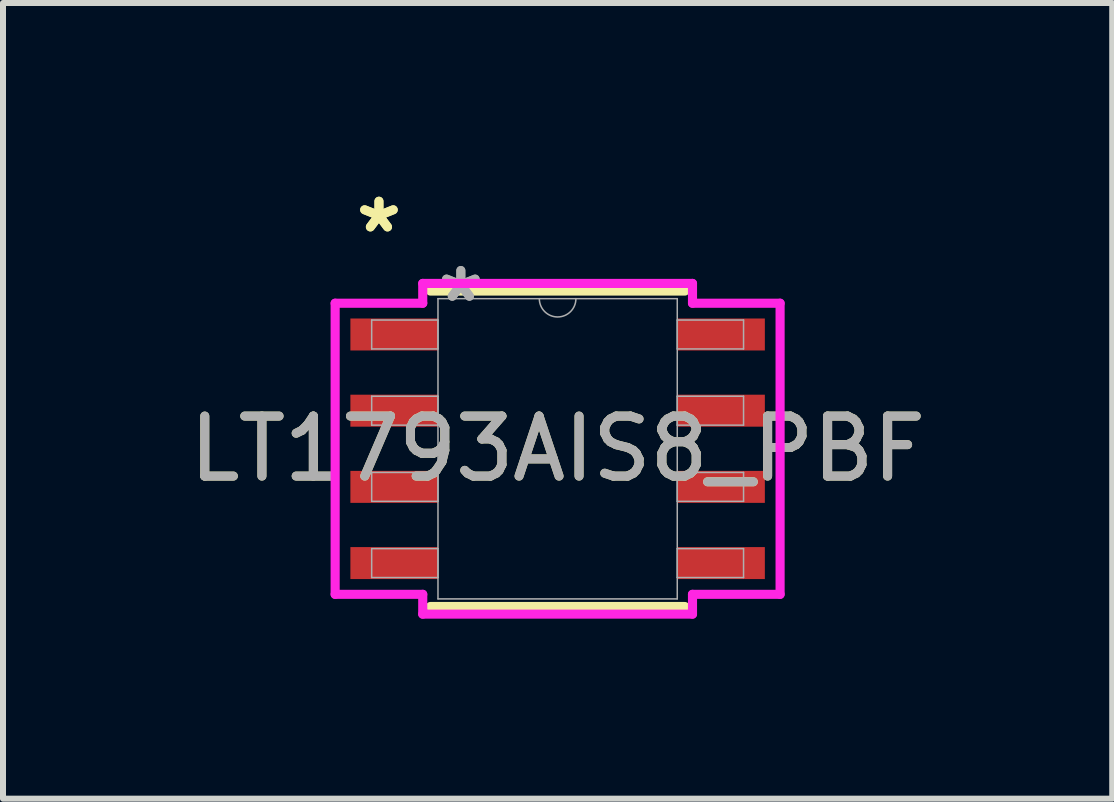
<source format=kicad_pcb>
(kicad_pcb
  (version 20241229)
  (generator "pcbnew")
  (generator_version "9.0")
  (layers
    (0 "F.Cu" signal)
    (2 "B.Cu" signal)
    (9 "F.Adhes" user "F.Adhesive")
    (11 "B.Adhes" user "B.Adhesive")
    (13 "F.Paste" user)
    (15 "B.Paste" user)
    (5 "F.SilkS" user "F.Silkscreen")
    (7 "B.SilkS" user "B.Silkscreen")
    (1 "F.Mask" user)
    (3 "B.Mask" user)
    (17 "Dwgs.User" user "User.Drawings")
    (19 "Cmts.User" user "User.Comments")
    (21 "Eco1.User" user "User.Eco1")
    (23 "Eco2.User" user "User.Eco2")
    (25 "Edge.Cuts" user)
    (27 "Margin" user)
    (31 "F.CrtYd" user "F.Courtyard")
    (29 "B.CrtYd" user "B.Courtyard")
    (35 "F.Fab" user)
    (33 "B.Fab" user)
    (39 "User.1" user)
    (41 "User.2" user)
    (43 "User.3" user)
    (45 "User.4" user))
  (footprint "LT1793AIS8_PBF"
    (layer "F.Cu")
    (at 6.244 4.43)
    (property "Reference" "LT1793AIS8_PBF" (at 0 0 0) (unlocked yes) (layer "F.SilkS") (effects (font (size 1 1) (thickness 0.15))))
    (attr smd)
    (fp_line (start -2.121 2.629) (end 2.121 2.629) (stroke (width 0.152) (type solid)) (layer "F.SilkS"))
    (fp_line (start 2.121 -2.629) (end -2.121 -2.629) (stroke (width 0.152) (type solid)) (layer "F.SilkS"))
    (fp_line (start -3.708 -2.426) (end -2.248 -2.426) (stroke (width 0.152) (type solid)) (layer "F.CrtYd"))
    (fp_line (start -3.708 2.426) (end -3.708 -2.426) (stroke (width 0.152) (type solid)) (layer "F.CrtYd"))
    (fp_line (start -3.708 2.426) (end -2.248 2.426) (stroke (width 0.152) (type solid)) (layer "F.CrtYd"))
    (fp_line (start -2.248 -2.756) (end 2.248 -2.756) (stroke (width 0.152) (type solid)) (layer "F.CrtYd"))
    (fp_line (start -2.248 -2.426) (end -2.248 -2.756) (stroke (width 0.152) (type solid)) (layer "F.CrtYd"))
    (fp_line (start -2.248 2.756) (end -2.248 2.426) (stroke (width 0.152) (type solid)) (layer "F.CrtYd"))
    (fp_line (start 2.248 -2.756) (end 2.248 -2.426) (stroke (width 0.152) (type solid)) (layer "F.CrtYd"))
    (fp_line (start 2.248 2.426) (end 2.248 2.756) (stroke (width 0.152) (type solid)) (layer "F.CrtYd"))
    (fp_line (start 2.248 2.756) (end -2.248 2.756) (stroke (width 0.152) (type solid)) (layer "F.CrtYd"))
    (fp_line (start 3.708 -2.426) (end 2.248 -2.426) (stroke (width 0.152) (type solid)) (layer "F.CrtYd"))
    (fp_line (start 3.708 -2.426) (end 3.708 2.426) (stroke (width 0.152) (type solid)) (layer "F.CrtYd"))
    (fp_line (start 3.708 2.426) (end 2.248 2.426) (stroke (width 0.152) (type solid)) (layer "F.CrtYd"))
    (fp_line (start -3.099 -2.146) (end -3.099 -1.664) (stroke (width 0.025) (type solid)) (layer "F.Fab"))
    (fp_line (start -3.099 -1.664) (end -1.994 -1.664) (stroke (width 0.025) (type solid)) (layer "F.Fab"))
    (fp_line (start -3.099 -0.876) (end -3.099 -0.394) (stroke (width 0.025) (type solid)) (layer "F.Fab"))
    (fp_line (start -3.099 -0.394) (end -1.994 -0.394) (stroke (width 0.025) (type solid)) (layer "F.Fab"))
    (fp_line (start -3.099 0.394) (end -3.099 0.876) (stroke (width 0.025) (type solid)) (layer "F.Fab"))
    (fp_line (start -3.099 0.876) (end -1.994 0.876) (stroke (width 0.025) (type solid)) (layer "F.Fab"))
    (fp_line (start -3.099 1.664) (end -3.099 2.146) (stroke (width 0.025) (type solid)) (layer "F.Fab"))
    (fp_line (start -3.099 2.146) (end -1.994 2.146) (stroke (width 0.025) (type solid)) (layer "F.Fab"))
    (fp_line (start -1.994 -2.502) (end -1.994 2.502) (stroke (width 0.025) (type solid)) (layer "F.Fab"))
    (fp_line (start -1.994 -2.146) (end -3.099 -2.146) (stroke (width 0.025) (type solid)) (layer "F.Fab"))
    (fp_line (start -1.994 -1.664) (end -1.994 -2.146) (stroke (width 0.025) (type solid)) (layer "F.Fab"))
    (fp_line (start -1.994 -0.876) (end -3.099 -0.876) (stroke (width 0.025) (type solid)) (layer "F.Fab"))
    (fp_line (start -1.994 -0.394) (end -1.994 -0.876) (stroke (width 0.025) (type solid)) (layer "F.Fab"))
    (fp_line (start -1.994 0.394) (end -3.099 0.394) (stroke (width 0.025) (type solid)) (layer "F.Fab"))
    (fp_line (start -1.994 0.876) (end -1.994 0.394) (stroke (width 0.025) (type solid)) (layer "F.Fab"))
    (fp_line (start -1.994 1.664) (end -3.099 1.664) (stroke (width 0.025) (type solid)) (layer "F.Fab"))
    (fp_line (start -1.994 2.146) (end -1.994 1.664) (stroke (width 0.025) (type solid)) (layer "F.Fab"))
    (fp_line (start -1.994 2.502) (end 1.994 2.502) (stroke (width 0.025) (type solid)) (layer "F.Fab"))
    (fp_line (start 1.994 -2.502) (end -1.994 -2.502) (stroke (width 0.025) (type solid)) (layer "F.Fab"))
    (fp_line (start 1.994 -2.146) (end 1.994 -1.664) (stroke (width 0.025) (type solid)) (layer "F.Fab"))
    (fp_line (start 1.994 -1.664) (end 3.099 -1.664) (stroke (width 0.025) (type solid)) (layer "F.Fab"))
    (fp_line (start 1.994 -0.876) (end 1.994 -0.394) (stroke (width 0.025) (type solid)) (layer "F.Fab"))
    (fp_line (start 1.994 -0.394) (end 3.099 -0.394) (stroke (width 0.025) (type solid)) (layer "F.Fab"))
    (fp_line (start 1.994 0.394) (end 1.994 0.876) (stroke (width 0.025) (type solid)) (layer "F.Fab"))
    (fp_line (start 1.994 0.876) (end 3.099 0.876) (stroke (width 0.025) (type solid)) (layer "F.Fab"))
    (fp_line (start 1.994 1.664) (end 1.994 2.146) (stroke (width 0.025) (type solid)) (layer "F.Fab"))
    (fp_line (start 1.994 2.146) (end 3.099 2.146) (stroke (width 0.025) (type solid)) (layer "F.Fab"))
    (fp_line (start 1.994 2.502) (end 1.994 -2.502) (stroke (width 0.025) (type solid)) (layer "F.Fab"))
    (fp_line (start 3.099 -2.146) (end 1.994 -2.146) (stroke (width 0.025) (type solid)) (layer "F.Fab"))
    (fp_line (start 3.099 -1.664) (end 3.099 -2.146) (stroke (width 0.025) (type solid)) (layer "F.Fab"))
    (fp_line (start 3.099 -0.876) (end 1.994 -0.876) (stroke (width 0.025) (type solid)) (layer "F.Fab"))
    (fp_line (start 3.099 -0.394) (end 3.099 -0.876) (stroke (width 0.025) (type solid)) (layer "F.Fab"))
    (fp_line (start 3.099 0.394) (end 1.994 0.394) (stroke (width 0.025) (type solid)) (layer "F.Fab"))
    (fp_line (start 3.099 0.876) (end 3.099 0.394) (stroke (width 0.025) (type solid)) (layer "F.Fab"))
    (fp_line (start 3.099 1.664) (end 1.994 1.664) (stroke (width 0.025) (type solid)) (layer "F.Fab"))
    (fp_line (start 3.099 2.146) (end 3.099 1.664) (stroke (width 0.025) (type solid)) (layer "F.Fab"))
    (fp_arc (start 0.3048 -2.5019) (mid 0 -2.1971) (end -0.3048 -2.5019) (stroke (width 0.0254) (type solid)) (layer "F.Fab"))
    (fp_text user "*" (at -2.978 -3.581 0) (unlocked yes) (layer "F.SilkS") (effects (font (size 1 1) (thickness 0.15))))
    (fp_text user "*" (at -2.978 -3.581 0) (layer "F.SilkS") (effects (font (size 1 1) (thickness 0.15))))
    (fp_text user "*" (at -1.613 -2.426 0) (layer "F.Fab") (effects (font (size 1 1) (thickness 0.15))))
    (fp_text user "${REFERENCE}" (at 0 0 0) (unlocked yes) (layer "F.Fab") (effects (font (size 1 1) (thickness 0.15))))
    (fp_text user "*" (at -1.613 -2.426 0) (unlocked yes) (layer "F.Fab") (effects (font (size 1 1) (thickness 0.15))))
    (pad "1" smd rect (at -2.724 -1.905) (size 1.46 0.533) (layers "F.Cu" "F.Mask" "F.Paste"))
    (pad "2" smd rect (at -2.724 -0.635) (size 1.46 0.533) (layers "F.Cu" "F.Mask" "F.Paste"))
    (pad "3" smd rect (at -2.724 0.635) (size 1.46 0.533) (layers "F.Cu" "F.Mask" "F.Paste"))
    (pad "4" smd rect (at -2.724 1.905) (size 1.46 0.533) (layers "F.Cu" "F.Mask" "F.Paste"))
    (pad "5" smd rect (at 2.724 1.905) (size 1.46 0.533) (layers "F.Cu" "F.Mask" "F.Paste"))
    (pad "6" smd rect (at 2.724 0.635) (size 1.46 0.533) (layers "F.Cu" "F.Mask" "F.Paste"))
    (pad "7" smd rect (at 2.724 -0.635) (size 1.46 0.533) (layers "F.Cu" "F.Mask" "F.Paste"))
    (pad "8" smd rect (at 2.724 -1.905) (size 1.46 0.533) (layers "F.Cu" "F.Mask" "F.Paste")))
  (gr_rect
    (start -3 -3)
    (end 15.488 10.262)
    (stroke (width 0.1) (type default))
    (fill no)
    (layer "Edge.Cuts")))
</source>
